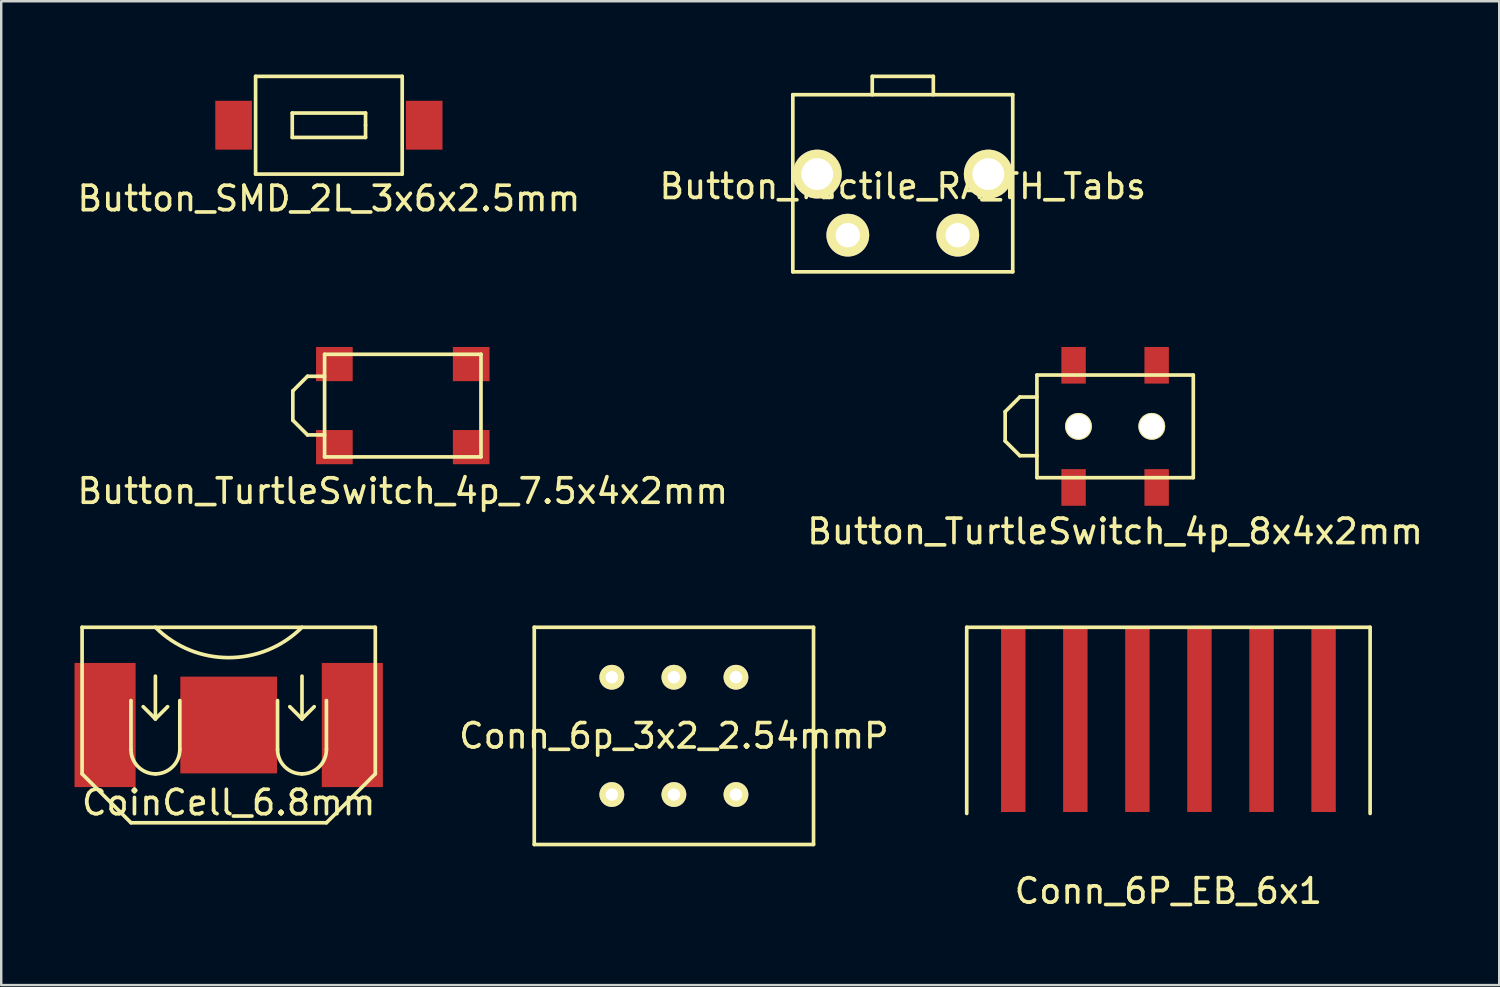
<source format=kicad_pcb>
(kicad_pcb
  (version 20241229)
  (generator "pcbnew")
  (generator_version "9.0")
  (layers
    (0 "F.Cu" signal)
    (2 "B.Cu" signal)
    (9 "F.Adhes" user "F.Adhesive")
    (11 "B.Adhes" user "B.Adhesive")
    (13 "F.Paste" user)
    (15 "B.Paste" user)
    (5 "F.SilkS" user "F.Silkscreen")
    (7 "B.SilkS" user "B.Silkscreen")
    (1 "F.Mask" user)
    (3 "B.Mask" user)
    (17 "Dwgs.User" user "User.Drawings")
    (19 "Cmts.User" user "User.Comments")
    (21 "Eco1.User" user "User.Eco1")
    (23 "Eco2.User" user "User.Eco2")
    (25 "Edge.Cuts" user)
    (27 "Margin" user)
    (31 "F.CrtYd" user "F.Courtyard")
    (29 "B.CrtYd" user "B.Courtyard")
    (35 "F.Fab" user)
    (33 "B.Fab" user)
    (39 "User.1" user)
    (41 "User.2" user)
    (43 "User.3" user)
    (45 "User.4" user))
  (footprint "Button_TurtleSwitch_4p_7.5x4x2mm"
    (layer "F.Cu")
    (at 13.435 13.55)
    (property "Reference" "Button_TurtleSwitch_4p_7.5x4x2mm" (at 0 3.5 0) (layer "F.SilkS") (effects (font (size 1 1) (thickness 0.15))))
    (attr through_hole)
    (fp_line (start -4.5 -0.6) (end -4.5 0.6) (stroke (width 0.15) (type solid)) (layer "F.SilkS"))
    (fp_line (start -4.5 0.6) (end -3.9 1.2) (stroke (width 0.15) (type solid)) (layer "F.SilkS"))
    (fp_line (start -3.9 -1.2) (end -4.5 -0.6) (stroke (width 0.15) (type solid)) (layer "F.SilkS"))
    (fp_line (start -3.9 1.2) (end -3.2 1.2) (stroke (width 0.15) (type solid)) (layer "F.SilkS"))
    (fp_line (start -3.2 -2.1) (end 3.2 -2.1) (stroke (width 0.15) (type solid)) (layer "F.SilkS"))
    (fp_line (start -3.2 -1.2) (end -3.9 -1.2) (stroke (width 0.15) (type solid)) (layer "F.SilkS"))
    (fp_line (start -3.2 2.1) (end -3.2 -2.1) (stroke (width 0.15) (type solid)) (layer "F.SilkS"))
    (fp_line (start 3.2 -2.1) (end 3.2 2.1) (stroke (width 0.15) (type solid)) (layer "F.SilkS"))
    (fp_line (start 3.2 2.1) (end -3.2 2.1) (stroke (width 0.15) (type solid)) (layer "F.SilkS"))
    (pad "1" smd rect (at -2.8 -1.7) (size 1.5 1.4) (layers "F.Cu" "F.Mask" "F.Paste"))
    (pad "1" smd rect (at -2.8 1.7) (size 1.5 1.4) (layers "F.Cu" "F.Mask" "F.Paste"))
    (pad "2" smd rect (at 2.8 -1.7) (size 1.5 1.4) (layers "F.Cu" "F.Mask" "F.Paste"))
    (pad "2" smd rect (at 2.8 1.7) (size 1.5 1.4) (layers "F.Cu" "F.Mask" "F.Paste")))
  (footprint "Conn_6p_3x2_2.54mmP"
    (layer "F.Cu")
    (at 24.531 27.068)
    (property "Reference" "Conn_6p_3x2_2.54mmP" (at 0 0 0) (layer "F.SilkS") (effects (font (size 1 1) (thickness 0.15))))
    (attr through_hole)
    (fp_line (start -5.715 -4.445) (end -5.715 4.445) (stroke (width 0.15) (type solid)) (layer "F.SilkS"))
    (fp_line (start -5.715 4.445) (end 5.715 4.445) (stroke (width 0.15) (type solid)) (layer "F.SilkS"))
    (fp_line (start 5.715 -4.445) (end -5.715 -4.445) (stroke (width 0.15) (type solid)) (layer "F.SilkS"))
    (fp_line (start 5.715 4.445) (end 5.715 -4.445) (stroke (width 0.15) (type solid)) (layer "F.SilkS"))
    (pad "1" thru_hole circle (at -2.54 -2.4) (size 1.016 1.016) (drill 0.508) (layers "*.Cu" "*.Mask" "F.SilkS"))
    (pad "2" thru_hole circle (at -2.54 2.4) (size 1.016 1.016) (drill 0.508) (layers "*.Cu" "*.Mask" "F.SilkS"))
    (pad "3" thru_hole circle (at 0 -2.4) (size 1.016 1.016) (drill 0.508) (layers "*.Cu" "*.Mask" "F.SilkS"))
    (pad "4" thru_hole circle (at 0 2.4) (size 1.016 1.016) (drill 0.508) (layers "*.Cu" "*.Mask" "F.SilkS"))
    (pad "5" thru_hole circle (at 2.54 -2.4) (size 1.016 1.016) (drill 0.508) (layers "*.Cu" "*.Mask" "F.SilkS"))
    (pad "6" thru_hole circle (at 2.54 2.4) (size 1.016 1.016) (drill 0.508) (layers "*.Cu" "*.Mask" "F.SilkS")))
  (footprint "Button_Tactile_RA_TH_Tabs"
    (layer "F.Cu")
    (at 33.899 5.325)
    (property "Reference" "Button_Tactile_RA_TH_Tabs" (at 0 -0.75 0) (layer "F.SilkS") (effects (font (size 1 1) (thickness 0.15))))
    (attr through_hole)
    (fp_line (start -4.5 -4.5) (end 4.5 -4.5) (stroke (width 0.15) (type solid)) (layer "F.SilkS"))
    (fp_line (start -4.5 2.75) (end -4.5 -4.5) (stroke (width 0.15) (type solid)) (layer "F.SilkS"))
    (fp_line (start -1.25 -5.25) (end -1.25 -4.5) (stroke (width 0.15) (type solid)) (layer "F.SilkS"))
    (fp_line (start 1.25 -5.25) (end -1.25 -5.25) (stroke (width 0.15) (type solid)) (layer "F.SilkS"))
    (fp_line (start 1.25 -4.5) (end 1.25 -5.25) (stroke (width 0.15) (type solid)) (layer "F.SilkS"))
    (fp_line (start 4.5 -4.5) (end 4.5 2.75) (stroke (width 0.15) (type solid)) (layer "F.SilkS"))
    (fp_line (start 4.5 2.75) (end -4.5 2.75) (stroke (width 0.15) (type solid)) (layer "F.SilkS"))
    (pad "1" thru_hole circle (at 2.25 1.25) (size 1.75 1.75) (drill 1) (layers "*.Cu" "*.Mask" "F.SilkS"))
    (pad "2" thru_hole circle (at -2.25 1.25) (size 1.75 1.75) (drill 1) (layers "*.Cu" "*.Mask" "F.SilkS"))
    (pad "3" thru_hole circle (at -3.5 -1.25) (size 2 2) (drill 1.3) (layers "*.Cu" "*.Mask" "F.SilkS"))
    (pad "3" thru_hole circle (at 3.5 -1.25) (size 2 2) (drill 1.3) (layers "*.Cu" "*.Mask" "F.SilkS")))
  (footprint "Button_SMD_2L_3x6x2.5mm"
    (layer "F.Cu")
    (at 10.411 2.075)
    (property "Reference" "Button_SMD_2L_3x6x2.5mm" (at 0 3 0) (layer "F.SilkS") (effects (font (size 1 1) (thickness 0.15))))
    (attr through_hole)
    (fp_line (start -3 -2) (end -3 2) (stroke (width 0.15) (type solid)) (layer "F.SilkS"))
    (fp_line (start -3 2) (end 3 2) (stroke (width 0.15) (type solid)) (layer "F.SilkS"))
    (fp_line (start -1.5 -0.5) (end -1.5 0.5) (stroke (width 0.15) (type solid)) (layer "F.SilkS"))
    (fp_line (start -1.5 0.5) (end 1.5 0.5) (stroke (width 0.15) (type solid)) (layer "F.SilkS"))
    (fp_line (start 1.5 -0.5) (end -1.5 -0.5) (stroke (width 0.15) (type solid)) (layer "F.SilkS"))
    (fp_line (start 1.5 0) (end 1.5 -0.5) (stroke (width 0.15) (type solid)) (layer "F.SilkS"))
    (fp_line (start 1.5 0.5) (end 1.5 0) (stroke (width 0.15) (type solid)) (layer "F.SilkS"))
    (fp_line (start 3 -2) (end -3 -2) (stroke (width 0.15) (type solid)) (layer "F.SilkS"))
    (fp_line (start 3 2) (end 3 -2) (stroke (width 0.15) (type solid)) (layer "F.SilkS"))
    (pad "1" smd rect (at -3.9 0) (size 1.5 2) (layers "F.Cu" "F.Mask" "F.Paste"))
    (pad "2" smd rect (at 3.9 0) (size 1.5 2) (layers "F.Cu" "F.Mask" "F.Paste")))
  (footprint "Button_TurtleSwitch_4p_8x4x2mm"
    (layer "F.Cu")
    (at 42.589 14.4)
    (property "Reference" "Button_TurtleSwitch_4p_8x4x2mm" (at 0 4.3 0) (layer "F.SilkS") (effects (font (size 1 1) (thickness 0.15))))
    (attr through_hole)
    (fp_line (start -4.5 -0.6) (end -4.5 0.6) (stroke (width 0.15) (type solid)) (layer "F.SilkS"))
    (fp_line (start -4.5 0.6) (end -3.9 1.2) (stroke (width 0.15) (type solid)) (layer "F.SilkS"))
    (fp_line (start -3.9 -1.2) (end -4.5 -0.6) (stroke (width 0.15) (type solid)) (layer "F.SilkS"))
    (fp_line (start -3.9 1.2) (end -3.2 1.2) (stroke (width 0.15) (type solid)) (layer "F.SilkS"))
    (fp_line (start -3.2 -2.1) (end 3.2 -2.1) (stroke (width 0.15) (type solid)) (layer "F.SilkS"))
    (fp_line (start -3.2 -1.2) (end -3.9 -1.2) (stroke (width 0.15) (type solid)) (layer "F.SilkS"))
    (fp_line (start -3.2 2.1) (end -3.2 -2.1) (stroke (width 0.15) (type solid)) (layer "F.SilkS"))
    (fp_line (start 3.2 -2.1) (end 3.2 2.1) (stroke (width 0.15) (type solid)) (layer "F.SilkS"))
    (fp_line (start 3.2 2.1) (end -3.2 2.1) (stroke (width 0.15) (type solid)) (layer "F.SilkS"))
    (pad "1" smd rect (at -1.7 -2.5) (size 1 1.5) (layers "F.Cu" "F.Mask" "F.Paste"))
    (pad "1" smd rect (at -1.7 2.5) (size 1 1.5) (layers "F.Cu" "F.Mask" "F.Paste"))
    (pad "2" smd rect (at 1.7 -2.5) (size 1 1.5) (layers "F.Cu" "F.Mask" "F.Paste"))
    (pad "2" smd rect (at 1.7 2.5) (size 1 1.5) (layers "F.Cu" "F.Mask" "F.Paste"))
    (pad "3" thru_hole circle (at -1.5 0) (size 1.1 1.1) (drill 1) (layers "*.Cu" "*.Mask" "F.SilkS"))
    (pad "3" thru_hole circle (at 1.5 0) (size 1.1 1.1) (drill 1) (layers "*.Cu" "*.Mask" "F.SilkS")))
  (footprint "Conn_6P_EB_6x1"
    (layer "F.Cu")
    (at 44.771 30.243)
    (property "Reference" "Conn_6P_EB_6x1" (at 0 3.175 0) (layer "F.SilkS") (effects (font (size 1 1) (thickness 0.15))))
    (attr through_hole)
    (fp_line (start -8.255 -7.62) (end -8.255 0) (stroke (width 0.15) (type solid)) (layer "F.SilkS"))
    (fp_line (start 8.255 -7.62) (end -8.255 -7.62) (stroke (width 0.15) (type solid)) (layer "F.SilkS"))
    (fp_line (start 8.255 -7.62) (end 8.255 0) (stroke (width 0.15) (type solid)) (layer "F.SilkS"))
    (pad "1" smd rect (at -6.35 -3.81) (size 1 7.5) (layers "F.Cu" "F.Mask" "F.Paste"))
    (pad "2" smd rect (at -3.81 -3.81) (size 1 7.5) (layers "F.Cu" "F.Mask" "F.Paste"))
    (pad "3" smd rect (at -1.27 -3.81) (size 1 7.5) (layers "F.Cu" "F.Mask" "F.Paste"))
    (pad "4" smd rect (at 1.27 -3.81) (size 1 7.5) (layers "F.Cu" "F.Mask" "F.Paste"))
    (pad "5" smd rect (at 3.81 -3.81) (size 1 7.5) (layers "F.Cu" "F.Mask" "F.Paste"))
    (pad "6" smd rect (at 6.35 -3.81) (size 1 7.5) (layers "F.Cu" "F.Mask" "F.Paste")))
  (footprint "CoinCell_6.8mm"
    (layer "F.Cu")
    (at 6.31 26.623)
    (property "Reference" "CoinCell_6.8mm" (at 0 3.175 0) (layer "F.SilkS") (effects (font (size 1 1) (thickness 0.15))))
    (attr through_hole)
    (fp_line (start -6 -4) (end -6 2) (stroke (width 0.15) (type solid)) (layer "F.SilkS"))
    (fp_line (start -4 1) (end -4 -1) (stroke (width 0.15) (type solid)) (layer "F.SilkS"))
    (fp_line (start -4 4) (end -6 2) (stroke (width 0.15) (type solid)) (layer "F.SilkS"))
    (fp_line (start -3 -2) (end -3 -0.25) (stroke (width 0.15) (type solid)) (layer "F.SilkS"))
    (fp_line (start -3 -0.25) (end -3.5 -0.75) (stroke (width 0.15) (type solid)) (layer "F.SilkS"))
    (fp_line (start -3 -0.25) (end -2.5 -0.75) (stroke (width 0.15) (type solid)) (layer "F.SilkS"))
    (fp_line (start -2 1) (end -2 -1) (stroke (width 0.15) (type solid)) (layer "F.SilkS"))
    (fp_line (start 2 1) (end 2 -1) (stroke (width 0.15) (type solid)) (layer "F.SilkS"))
    (fp_line (start 3 -0.25) (end 2.5 -0.75) (stroke (width 0.15) (type solid)) (layer "F.SilkS"))
    (fp_line (start 3 -0.25) (end 3 -2) (stroke (width 0.15) (type solid)) (layer "F.SilkS"))
    (fp_line (start 3.5 -0.75) (end 3 -0.25) (stroke (width 0.15) (type solid)) (layer "F.SilkS"))
    (fp_line (start 4 1) (end 4 -1) (stroke (width 0.15) (type solid)) (layer "F.SilkS"))
    (fp_line (start 4 4) (end -4 4) (stroke (width 0.15) (type solid)) (layer "F.SilkS"))
    (fp_line (start 6 -4) (end -6 -4) (stroke (width 0.15) (type solid)) (layer "F.SilkS"))
    (fp_line (start 6 2) (end 4 4) (stroke (width 0.15) (type solid)) (layer "F.SilkS"))
    (fp_line (start 6 2) (end 6 -4) (stroke (width 0.15) (type solid)) (layer "F.SilkS"))
    (fp_arc (start -3 2) (mid -3.707107 1.707107) (end -4 1) (stroke (width 0.15) (type solid)) (layer "F.SilkS"))
    (fp_arc (start -2 1) (mid -2.292893 1.707107) (end -3 2) (stroke (width 0.15) (type solid)) (layer "F.SilkS"))
    (fp_arc (start 3 -4) (mid 0 -2.757359) (end -3 -4) (stroke (width 0.15) (type solid)) (layer "F.SilkS"))
    (fp_arc (start 3 2) (mid 2.292893 1.707107) (end 2 1) (stroke (width 0.15) (type solid)) (layer "F.SilkS"))
    (fp_arc (start 4 1) (mid 3.707107 1.707107) (end 3 2) (stroke (width 0.15) (type solid)) (layer "F.SilkS"))
    (pad "1" smd rect (at -5.06 0) (size 2.5 5.08) (layers "F.Cu" "F.Mask" "F.Paste"))
    (pad "1" smd rect (at 5.06 0) (size 2.5 5.08) (layers "F.Cu" "F.Mask" "F.Paste"))
    (pad "2" smd rect (at 0 0) (size 3.96 3.96) (layers "F.Cu" "F.Mask" "F.Paste")))
  (gr_rect
    (start -3 -3)
    (end 58.31 37.267)
    (stroke (width 0.1) (type default))
    (fill no)
    (layer "Edge.Cuts")))
</source>
